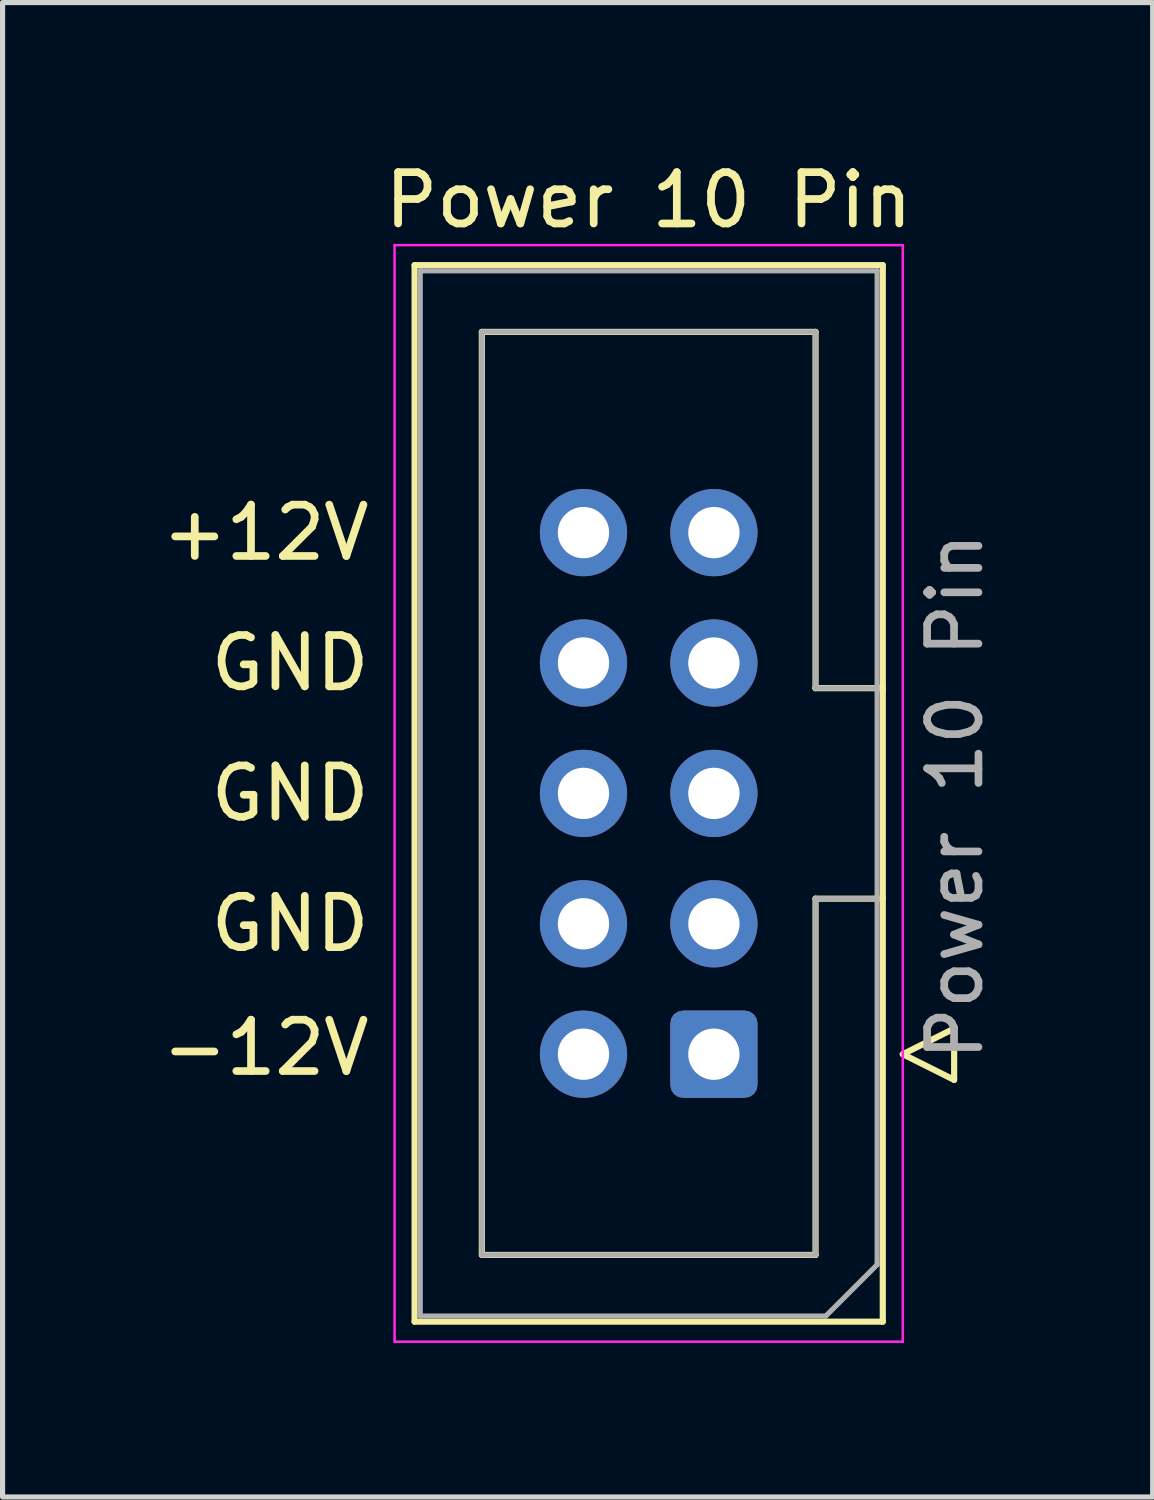
<source format=kicad_pcb>
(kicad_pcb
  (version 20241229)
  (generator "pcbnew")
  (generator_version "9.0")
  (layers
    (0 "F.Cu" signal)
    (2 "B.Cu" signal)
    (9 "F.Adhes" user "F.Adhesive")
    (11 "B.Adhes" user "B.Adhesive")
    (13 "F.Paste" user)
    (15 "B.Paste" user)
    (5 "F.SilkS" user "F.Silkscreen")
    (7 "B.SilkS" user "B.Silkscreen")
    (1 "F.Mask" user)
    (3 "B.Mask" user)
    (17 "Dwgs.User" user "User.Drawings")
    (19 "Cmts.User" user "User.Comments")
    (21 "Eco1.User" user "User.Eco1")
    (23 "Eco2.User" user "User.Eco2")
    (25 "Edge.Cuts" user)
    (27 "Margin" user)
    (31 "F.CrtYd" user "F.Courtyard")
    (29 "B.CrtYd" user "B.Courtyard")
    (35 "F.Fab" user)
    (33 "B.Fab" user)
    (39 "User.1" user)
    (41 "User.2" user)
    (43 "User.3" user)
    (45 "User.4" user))
  (footprint "Power 10 Pin"
    (layer "F.Cu")
    (at 9.586 12.405)
    (property "Reference" "Power 10 Pin" (at 0 -11.557 0) (unlocked yes) (layer "F.SilkS") (effects (font (size 1 1) (thickness 0.15))))
    (attr through_hole)
    (fp_line (start -4.56 -10.29) (end 4.56 -10.29) (stroke (width 0.12) (type solid)) (layer "F.SilkS"))
    (fp_line (start -4.56 10.29) (end -4.56 -10.29) (stroke (width 0.12) (type solid)) (layer "F.SilkS"))
    (fp_line (start -3.25 -8.99) (end 3.25 -8.99) (stroke (width 0.12) (type solid)) (layer "F.SilkS"))
    (fp_line (start -3.25 8.99) (end -3.25 -8.99) (stroke (width 0.12) (type solid)) (layer "F.SilkS"))
    (fp_line (start 3.25 -8.99) (end 3.25 -2.05) (stroke (width 0.12) (type solid)) (layer "F.SilkS"))
    (fp_line (start 3.25 -2.05) (end 3.25 -2.05) (stroke (width 0.12) (type solid)) (layer "F.SilkS"))
    (fp_line (start 3.25 -2.05) (end 4.56 -2.05) (stroke (width 0.12) (type solid)) (layer "F.SilkS"))
    (fp_line (start 3.25 2.05) (end 3.25 8.99) (stroke (width 0.12) (type solid)) (layer "F.SilkS"))
    (fp_line (start 3.25 8.99) (end -3.25 8.99) (stroke (width 0.12) (type solid)) (layer "F.SilkS"))
    (fp_line (start 4.56 -10.29) (end 4.56 10.29) (stroke (width 0.12) (type solid)) (layer "F.SilkS"))
    (fp_line (start 4.56 2.05) (end 3.25 2.05) (stroke (width 0.12) (type solid)) (layer "F.SilkS"))
    (fp_line (start 4.56 10.29) (end -4.56 10.29) (stroke (width 0.12) (type solid)) (layer "F.SilkS"))
    (fp_line (start 4.95 5.08) (end 5.95 5.58) (stroke (width 0.12) (type solid)) (layer "F.SilkS"))
    (fp_line (start 5.95 4.58) (end 4.95 5.08) (stroke (width 0.12) (type solid)) (layer "F.SilkS"))
    (fp_line (start 5.95 5.58) (end 5.95 4.58) (stroke (width 0.12) (type solid)) (layer "F.SilkS"))
    (fp_line (start -4.95 -10.68) (end -4.95 10.68) (stroke (width 0.05) (type solid)) (layer "F.CrtYd"))
    (fp_line (start -4.95 10.68) (end 4.95 10.68) (stroke (width 0.05) (type solid)) (layer "F.CrtYd"))
    (fp_line (start 4.95 -10.68) (end -4.95 -10.68) (stroke (width 0.05) (type solid)) (layer "F.CrtYd"))
    (fp_line (start 4.95 10.68) (end 4.95 -10.68) (stroke (width 0.05) (type solid)) (layer "F.CrtYd"))
    (fp_line (start -4.45 -10.18) (end 4.45 -10.18) (stroke (width 0.1) (type solid)) (layer "F.Fab"))
    (fp_line (start -4.45 10.18) (end -4.45 -10.18) (stroke (width 0.1) (type solid)) (layer "F.Fab"))
    (fp_line (start -3.25 -8.99) (end 3.25 -8.99) (stroke (width 0.1) (type solid)) (layer "F.Fab"))
    (fp_line (start -3.25 8.99) (end -3.25 -8.99) (stroke (width 0.1) (type solid)) (layer "F.Fab"))
    (fp_line (start 3.25 -8.99) (end 3.25 -2.05) (stroke (width 0.1) (type solid)) (layer "F.Fab"))
    (fp_line (start 3.25 -2.05) (end 3.25 -2.05) (stroke (width 0.1) (type solid)) (layer "F.Fab"))
    (fp_line (start 3.25 -2.05) (end 4.45 -2.05) (stroke (width 0.1) (type solid)) (layer "F.Fab"))
    (fp_line (start 3.25 2.05) (end 3.25 8.99) (stroke (width 0.1) (type solid)) (layer "F.Fab"))
    (fp_line (start 3.25 8.99) (end -3.25 8.99) (stroke (width 0.1) (type solid)) (layer "F.Fab"))
    (fp_line (start 3.45 10.18) (end -4.45 10.18) (stroke (width 0.1) (type solid)) (layer "F.Fab"))
    (fp_line (start 4.45 -10.18) (end 4.45 9.18) (stroke (width 0.1) (type solid)) (layer "F.Fab"))
    (fp_line (start 4.45 2.05) (end 3.25 2.05) (stroke (width 0.1) (type solid)) (layer "F.Fab"))
    (fp_line (start 4.45 9.18) (end 3.45 10.18) (stroke (width 0.1) (type solid)) (layer "F.Fab"))
    (fp_text user "-12V" (at -7.461 4.953 0) (unlocked yes) (layer "F.SilkS") (effects (font (size 1 1) (thickness 0.15))))
    (fp_text user "GND" (at -6.985 -2.54 0) (unlocked yes) (layer "F.SilkS") (effects (font (size 1 1) (thickness 0.15))))
    (fp_text user "GND" (at -6.985 0 0) (unlocked yes) (layer "F.SilkS") (effects (font (size 1 1) (thickness 0.15))))
    (fp_text user "GND" (at -6.985 2.54 0) (unlocked yes) (layer "F.SilkS") (effects (font (size 1 1) (thickness 0.15))))
    (fp_text user "+12V" (at -7.461 -5.08 0) (unlocked yes) (layer "F.SilkS") (effects (font (size 1 1) (thickness 0.15))))
    (fp_text user "${REFERENCE}" (at 5.969 0.059 90) (layer "F.Fab") (effects (font (size 1 1) (thickness 0.15))))
    (pad "1" thru_hole circle (at -1.27 5.08 180) (size 1.7 1.7) (drill 1) (layers "*.Cu" "*.Mask"))
    (pad "1" thru_hole roundrect (at 1.27 5.08 180) (size 1.7 1.7) (drill 1) (layers "*.Cu" "*.Mask") (roundrect_rratio 0.147))
    (pad "2" thru_hole circle (at -1.27 -2.54 180) (size 1.7 1.7) (drill 1) (layers "*.Cu" "*.Mask"))
    (pad "2" thru_hole circle (at -1.27 0 180) (size 1.7 1.7) (drill 1) (layers "*.Cu" "*.Mask"))
    (pad "2" thru_hole circle (at -1.27 2.54 180) (size 1.7 1.7) (drill 1) (layers "*.Cu" "*.Mask"))
    (pad "2" thru_hole circle (at 1.27 -2.54 180) (size 1.7 1.7) (drill 1) (layers "*.Cu" "*.Mask"))
    (pad "2" thru_hole circle (at 1.27 0 180) (size 1.7 1.7) (drill 1) (layers "*.Cu" "*.Mask"))
    (pad "2" thru_hole circle (at 1.27 2.54 180) (size 1.7 1.7) (drill 1) (layers "*.Cu" "*.Mask"))
    (pad "3" thru_hole circle (at -1.27 -5.08 180) (size 1.7 1.7) (drill 1) (layers "*.Cu" "*.Mask"))
    (pad "3" thru_hole circle (at 1.27 -5.08 180) (size 1.7 1.7) (drill 1) (layers "*.Cu" "*.Mask")))
  (gr_rect
    (start -3 -3)
    (end 19.403 26.11)
    (stroke (width 0.1) (type default))
    (fill no)
    (layer "Edge.Cuts")))
</source>
